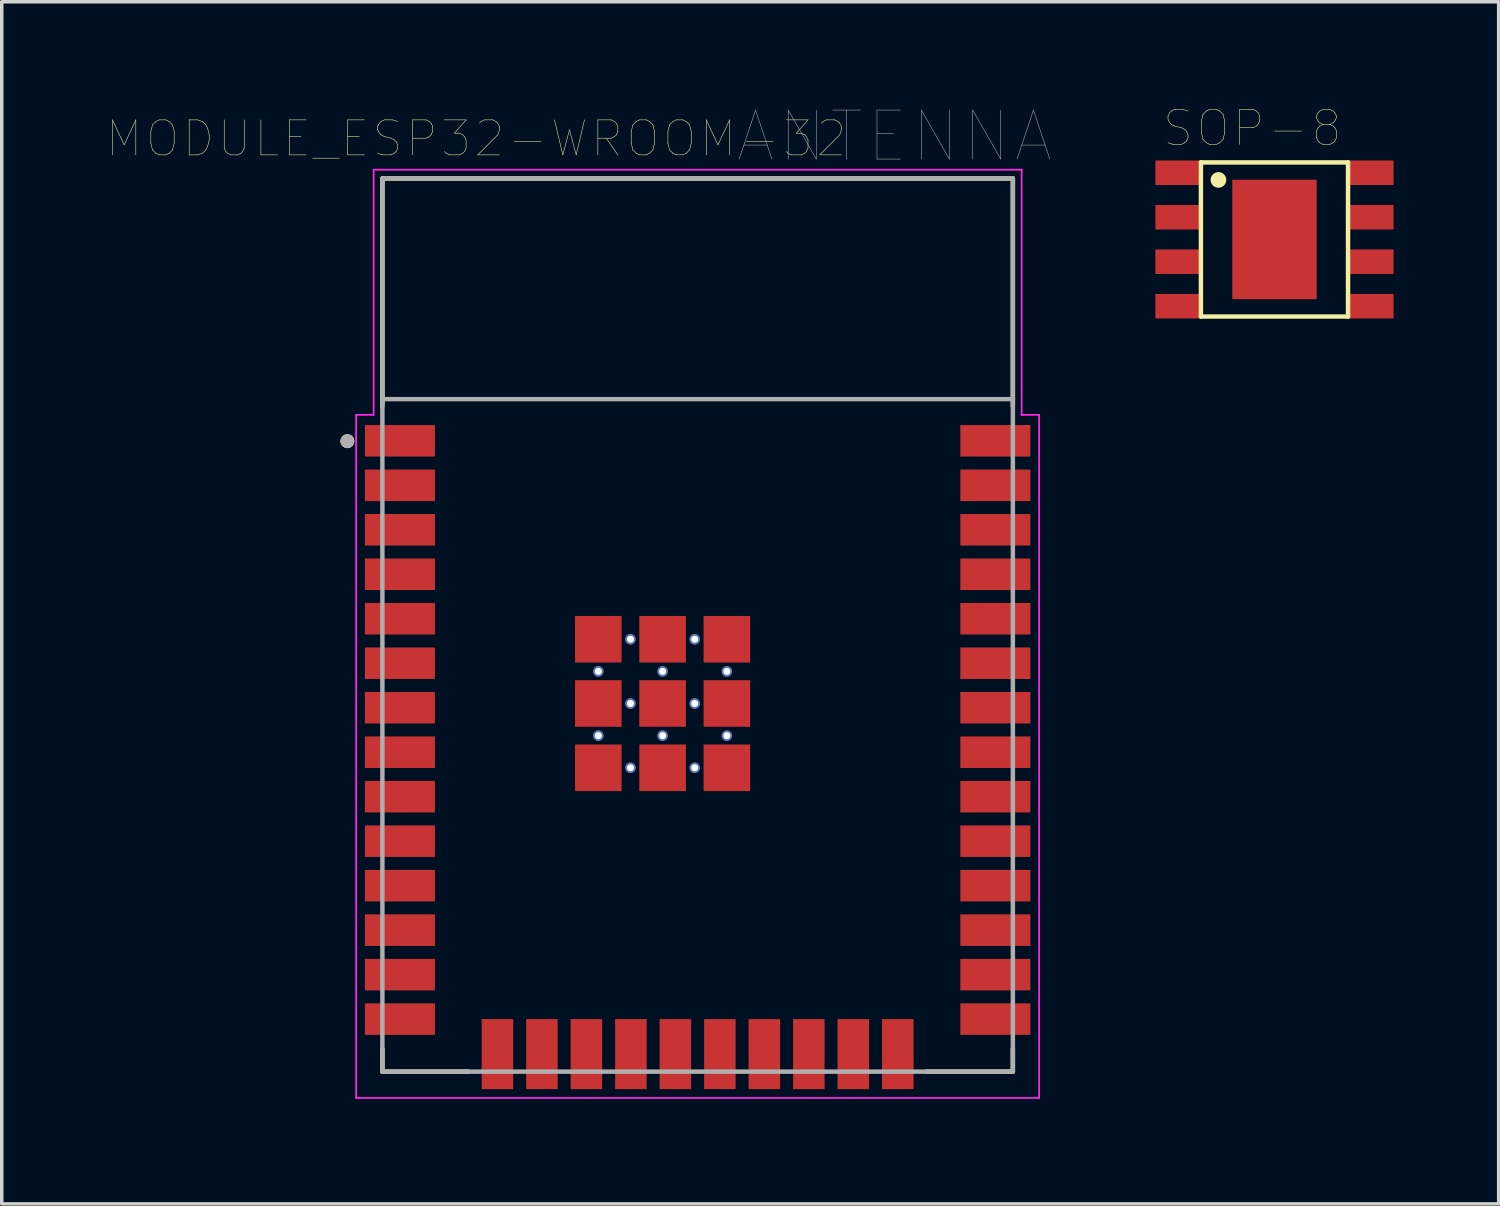
<source format=kicad_pcb>
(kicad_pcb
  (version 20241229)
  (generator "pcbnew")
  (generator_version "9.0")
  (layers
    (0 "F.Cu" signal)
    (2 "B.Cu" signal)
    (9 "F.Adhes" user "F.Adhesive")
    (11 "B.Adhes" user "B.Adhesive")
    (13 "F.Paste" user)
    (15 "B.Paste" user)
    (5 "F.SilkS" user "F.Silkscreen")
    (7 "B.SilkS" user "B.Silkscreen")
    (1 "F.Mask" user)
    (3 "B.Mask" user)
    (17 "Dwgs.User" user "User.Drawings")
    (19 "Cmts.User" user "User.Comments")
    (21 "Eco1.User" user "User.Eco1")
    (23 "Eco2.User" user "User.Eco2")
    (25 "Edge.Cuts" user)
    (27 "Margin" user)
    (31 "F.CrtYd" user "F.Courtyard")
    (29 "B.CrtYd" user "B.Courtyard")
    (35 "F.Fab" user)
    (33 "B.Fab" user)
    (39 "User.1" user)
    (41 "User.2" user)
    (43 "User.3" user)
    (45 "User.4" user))
  (footprint "SOP-8"
    (layer "F.Cu")
    (at 33.336 3.787)
    (property "Reference" "SOP-8" (at -0.635 -3.176 0) (layer "F.SilkS") (effects (font (size 1 1) (thickness 0.015))))
    (attr through_hole)
    (fp_poly (pts (xy -1.2 -1.7) (xy 1.2 -1.7) (xy 1.2 1.7) (xy -1.2 1.7)) (stroke (width 0.01) (type solid)) (fill yes) (layer "F.Cu"))
    (fp_line (start -2.1 -2.2) (end -2.1 2.2) (stroke (width 0.127) (type solid)) (layer "F.SilkS"))
    (fp_line (start -2.1 2.2) (end 2.1 2.2) (stroke (width 0.127) (type solid)) (layer "F.SilkS"))
    (fp_line (start 2.1 -2.2) (end -2.1 -2.2) (stroke (width 0.127) (type solid)) (layer "F.SilkS"))
    (fp_line (start 2.1 2.2) (end 2.1 -2.2) (stroke (width 0.127) (type solid)) (layer "F.SilkS"))
    (fp_circle (center -1.6 -1.7) (end -1.376 -1.7) (stroke (width 0) (type solid)) (fill yes) (layer "F.SilkS"))
    (pad "1" smd rect (at -2.75 -1.905) (size 1.3 0.7) (layers "F.Cu" "F.Mask" "F.Paste"))
    (pad "2" smd rect (at -2.75 -0.635) (size 1.3 0.7) (layers "F.Cu" "F.Mask" "F.Paste"))
    (pad "3" smd rect (at -2.75 0.635) (size 1.3 0.7) (layers "F.Cu" "F.Mask" "F.Paste"))
    (pad "4" smd rect (at -2.75 1.905) (size 1.3 0.7) (layers "F.Cu" "F.Mask" "F.Paste"))
    (pad "5" smd rect (at 2.75 1.905) (size 1.3 0.7) (layers "F.Cu" "F.Mask" "F.Paste"))
    (pad "6" smd rect (at 2.75 0.635) (size 1.3 0.7) (layers "F.Cu" "F.Mask" "F.Paste"))
    (pad "7" smd rect (at 2.75 -0.635) (size 1.3 0.7) (layers "F.Cu" "F.Mask" "F.Paste"))
    (pad "8" smd rect (at 2.75 -1.905) (size 1.3 0.7) (layers "F.Cu" "F.Mask" "F.Paste")))
  (footprint "MODULE_ESP32-WROOM-32"
    (layer "F.Cu")
    (at 16.867 14.795)
    (property "Reference" "MODULE_ESP32-WROOM-32" (at -6.325 -13.885 0) (layer "F.SilkS") (effects (font (size 1 1) (thickness 0.015))))
    (attr through_hole)
    (fp_line (start -9 -12.75) (end 9 -12.75) (stroke (width 0.127) (type solid)) (layer "F.SilkS"))
    (fp_line (start -9 -6.25) (end -9 -12.75) (stroke (width 0.127) (type solid)) (layer "F.SilkS"))
    (fp_line (start -9 12.1) (end -9 12.75) (stroke (width 0.127) (type solid)) (layer "F.SilkS"))
    (fp_line (start -9 12.75) (end -6.55 12.75) (stroke (width 0.127) (type solid)) (layer "F.SilkS"))
    (fp_line (start 6.55 12.75) (end 9 12.75) (stroke (width 0.127) (type solid)) (layer "F.SilkS"))
    (fp_line (start 9 -12.75) (end 9 -6.25) (stroke (width 0.127) (type solid)) (layer "F.SilkS"))
    (fp_line (start 9 12.75) (end 9 12.1) (stroke (width 0.127) (type solid)) (layer "F.SilkS"))
    (fp_circle (center -10 -5.25) (end -9.9 -5.25) (stroke (width 0.2) (type solid)) (fill no) (layer "F.SilkS"))
    (fp_line (start -9.75 -6) (end -9.25 -6) (stroke (width 0.05) (type solid)) (layer "F.CrtYd"))
    (fp_line (start -9.75 13.5) (end -9.75 -6) (stroke (width 0.05) (type solid)) (layer "F.CrtYd"))
    (fp_line (start -9.25 -13) (end 9.25 -13) (stroke (width 0.05) (type solid)) (layer "F.CrtYd"))
    (fp_line (start -9.25 -6) (end -9.25 -13) (stroke (width 0.05) (type solid)) (layer "F.CrtYd"))
    (fp_line (start 9.25 -13) (end 9.25 -6) (stroke (width 0.05) (type solid)) (layer "F.CrtYd"))
    (fp_line (start 9.25 -6) (end 9.75 -6) (stroke (width 0.05) (type solid)) (layer "F.CrtYd"))
    (fp_line (start 9.75 -6) (end 9.75 13.5) (stroke (width 0.05) (type solid)) (layer "F.CrtYd"))
    (fp_line (start 9.75 13.5) (end -9.75 13.5) (stroke (width 0.05) (type solid)) (layer "F.CrtYd"))
    (fp_line (start -9 -12.75) (end -9 -6.45) (stroke (width 0.127) (type solid)) (layer "F.Fab"))
    (fp_line (start -9 -12.75) (end 9 -12.75) (stroke (width 0.127) (type solid)) (layer "F.Fab"))
    (fp_line (start -9 -6.45) (end 9 -6.45) (stroke (width 0.127) (type solid)) (layer "F.Fab"))
    (fp_line (start -9 12.75) (end -9 -6.45) (stroke (width 0.127) (type solid)) (layer "F.Fab"))
    (fp_line (start 9 -12.75) (end 9 -6.45) (stroke (width 0.127) (type solid)) (layer "F.Fab"))
    (fp_line (start 9 -6.45) (end 9 12.75) (stroke (width 0.127) (type solid)) (layer "F.Fab"))
    (fp_line (start 9 12.75) (end -9 12.75) (stroke (width 0.127) (type solid)) (layer "F.Fab"))
    (fp_circle (center -10 -5.25) (end -9.9 -5.25) (stroke (width 0.2) (type solid)) (fill no) (layer "F.Fab"))
    (fp_text user "ANTENNA" (at 5.62 -13.95 0) (layer "F.Fab") (effects (font (size 1.4 1.4) (thickness 0.015))))
    (pad "1" smd rect (at -8.5 -5.26) (size 2 0.9) (layers "F.Cu" "F.Mask" "F.Paste"))
    (pad "2" smd rect (at -8.5 -3.99) (size 2 0.9) (layers "F.Cu" "F.Mask" "F.Paste"))
    (pad "3" smd rect (at -8.5 -2.72) (size 2 0.9) (layers "F.Cu" "F.Mask" "F.Paste"))
    (pad "4" smd rect (at -8.5 -1.45) (size 2 0.9) (layers "F.Cu" "F.Mask" "F.Paste"))
    (pad "5" smd rect (at -8.5 -0.18) (size 2 0.9) (layers "F.Cu" "F.Mask" "F.Paste"))
    (pad "6" smd rect (at -8.5 1.09) (size 2 0.9) (layers "F.Cu" "F.Mask" "F.Paste"))
    (pad "7" smd rect (at -8.5 2.36) (size 2 0.9) (layers "F.Cu" "F.Mask" "F.Paste"))
    (pad "8" smd rect (at -8.5 3.63) (size 2 0.9) (layers "F.Cu" "F.Mask" "F.Paste"))
    (pad "9" smd rect (at -8.5 4.9) (size 2 0.9) (layers "F.Cu" "F.Mask" "F.Paste"))
    (pad "10" smd rect (at -8.5 6.17) (size 2 0.9) (layers "F.Cu" "F.Mask" "F.Paste"))
    (pad "11" smd rect (at -8.5 7.44) (size 2 0.9) (layers "F.Cu" "F.Mask" "F.Paste"))
    (pad "12" smd rect (at -8.5 8.71) (size 2 0.9) (layers "F.Cu" "F.Mask" "F.Paste"))
    (pad "13" smd rect (at -8.5 9.98) (size 2 0.9) (layers "F.Cu" "F.Mask" "F.Paste"))
    (pad "14" smd rect (at -8.5 11.25) (size 2 0.9) (layers "F.Cu" "F.Mask" "F.Paste"))
    (pad "15" smd rect (at -5.715 12.25) (size 0.9 2) (layers "F.Cu" "F.Mask" "F.Paste"))
    (pad "16" smd rect (at -4.445 12.25) (size 0.9 2) (layers "F.Cu" "F.Mask" "F.Paste"))
    (pad "17" smd rect (at -3.175 12.25) (size 0.9 2) (layers "F.Cu" "F.Mask" "F.Paste"))
    (pad "18" smd rect (at -1.905 12.25) (size 0.9 2) (layers "F.Cu" "F.Mask" "F.Paste"))
    (pad "19" smd rect (at -0.635 12.25) (size 0.9 2) (layers "F.Cu" "F.Mask" "F.Paste"))
    (pad "20" smd rect (at 0.635 12.25) (size 0.9 2) (layers "F.Cu" "F.Mask" "F.Paste"))
    (pad "21" smd rect (at 1.905 12.25) (size 0.9 2) (layers "F.Cu" "F.Mask" "F.Paste"))
    (pad "22" smd rect (at 3.175 12.25) (size 0.9 2) (layers "F.Cu" "F.Mask" "F.Paste"))
    (pad "23" smd rect (at 4.445 12.25) (size 0.9 2) (layers "F.Cu" "F.Mask" "F.Paste"))
    (pad "24" smd rect (at 5.715 12.25) (size 0.9 2) (layers "F.Cu" "F.Mask" "F.Paste"))
    (pad "25" smd rect (at 8.5 11.25) (size 2 0.9) (layers "F.Cu" "F.Mask" "F.Paste"))
    (pad "26" smd rect (at 8.5 9.98) (size 2 0.9) (layers "F.Cu" "F.Mask" "F.Paste"))
    (pad "27" smd rect (at 8.5 8.71) (size 2 0.9) (layers "F.Cu" "F.Mask" "F.Paste"))
    (pad "28" smd rect (at 8.5 7.44) (size 2 0.9) (layers "F.Cu" "F.Mask" "F.Paste"))
    (pad "29" smd rect (at 8.5 6.17) (size 2 0.9) (layers "F.Cu" "F.Mask" "F.Paste"))
    (pad "30" smd rect (at 8.5 4.9) (size 2 0.9) (layers "F.Cu" "F.Mask" "F.Paste"))
    (pad "31" smd rect (at 8.5 3.63) (size 2 0.9) (layers "F.Cu" "F.Mask" "F.Paste"))
    (pad "32" smd rect (at 8.5 2.36) (size 2 0.9) (layers "F.Cu" "F.Mask" "F.Paste"))
    (pad "33" smd rect (at 8.5 1.09) (size 2 0.9) (layers "F.Cu" "F.Mask" "F.Paste"))
    (pad "34" smd rect (at 8.5 -0.18) (size 2 0.9) (layers "F.Cu" "F.Mask" "F.Paste"))
    (pad "35" smd rect (at 8.5 -1.45) (size 2 0.9) (layers "F.Cu" "F.Mask" "F.Paste"))
    (pad "36" smd rect (at 8.5 -2.72) (size 2 0.9) (layers "F.Cu" "F.Mask" "F.Paste"))
    (pad "37" smd rect (at 8.5 -3.99) (size 2 0.9) (layers "F.Cu" "F.Mask" "F.Paste"))
    (pad "38" smd rect (at 8.5 -5.26) (size 2 0.9) (layers "F.Cu" "F.Mask" "F.Paste"))
    (pad "39" smd rect (at -2.835 0.405) (size 1.33 1.33) (layers "F.Cu" "F.Mask" "F.Paste"))
    (pad "39" smd rect (at -2.835 2.24) (size 1.33 1.33) (layers "F.Cu" "F.Mask" "F.Paste"))
    (pad "39" smd rect (at -2.835 4.075) (size 1.33 1.33) (layers "F.Cu" "F.Mask" "F.Paste"))
    (pad "39" smd rect (at -1 0.405) (size 1.33 1.33) (layers "F.Cu" "F.Mask" "F.Paste"))
    (pad "39" smd rect (at -1 2.24) (size 1.33 1.33) (layers "F.Cu" "F.Mask" "F.Paste"))
    (pad "39" smd rect (at -1 4.075) (size 1.33 1.33) (layers "F.Cu" "F.Mask" "F.Paste"))
    (pad "39" smd rect (at 0.835 0.405) (size 1.33 1.33) (layers "F.Cu" "F.Mask" "F.Paste"))
    (pad "39" smd rect (at 0.835 2.24) (size 1.33 1.33) (layers "F.Cu" "F.Mask" "F.Paste"))
    (pad "39" smd rect (at 0.835 4.075) (size 1.33 1.33) (layers "F.Cu" "F.Mask" "F.Paste"))
    (pad "39_10" thru_hole circle (at -1.917 0.405) (size 0.3 0.3) (drill 0.2) (layers "*.Cu" "*.Mask"))
    (pad "39_11" thru_hole circle (at -0.083 0.405) (size 0.3 0.3) (drill 0.2) (layers "*.Cu" "*.Mask"))
    (pad "39_12" thru_hole circle (at -2.835 1.323) (size 0.3 0.3) (drill 0.2) (layers "*.Cu" "*.Mask"))
    (pad "39_13" thru_hole circle (at -1 1.323) (size 0.3 0.3) (drill 0.2) (layers "*.Cu" "*.Mask"))
    (pad "39_14" thru_hole circle (at 0.835 1.323) (size 0.3 0.3) (drill 0.2) (layers "*.Cu" "*.Mask"))
    (pad "39_15" thru_hole circle (at -1.917 2.24) (size 0.3 0.3) (drill 0.2) (layers "*.Cu" "*.Mask"))
    (pad "39_16" thru_hole circle (at -0.083 2.24) (size 0.3 0.3) (drill 0.2) (layers "*.Cu" "*.Mask"))
    (pad "39_17" thru_hole circle (at -2.835 3.158) (size 0.3 0.3) (drill 0.2) (layers "*.Cu" "*.Mask"))
    (pad "39_18" thru_hole circle (at -1 3.158) (size 0.3 0.3) (drill 0.2) (layers "*.Cu" "*.Mask"))
    (pad "39_19" thru_hole circle (at 0.835 3.158) (size 0.3 0.3) (drill 0.2) (layers "*.Cu" "*.Mask"))
    (pad "39_20" thru_hole circle (at -1.917 4.075) (size 0.3 0.3) (drill 0.2) (layers "*.Cu" "*.Mask"))
    (pad "39_21" thru_hole circle (at -0.083 4.075) (size 0.3 0.3) (drill 0.2) (layers "*.Cu" "*.Mask")))
  (gr_rect
    (start -3 -3)
    (end 39.736 31.32)
    (stroke (width 0.1) (type default))
    (fill no)
    (layer "Edge.Cuts")))
</source>
